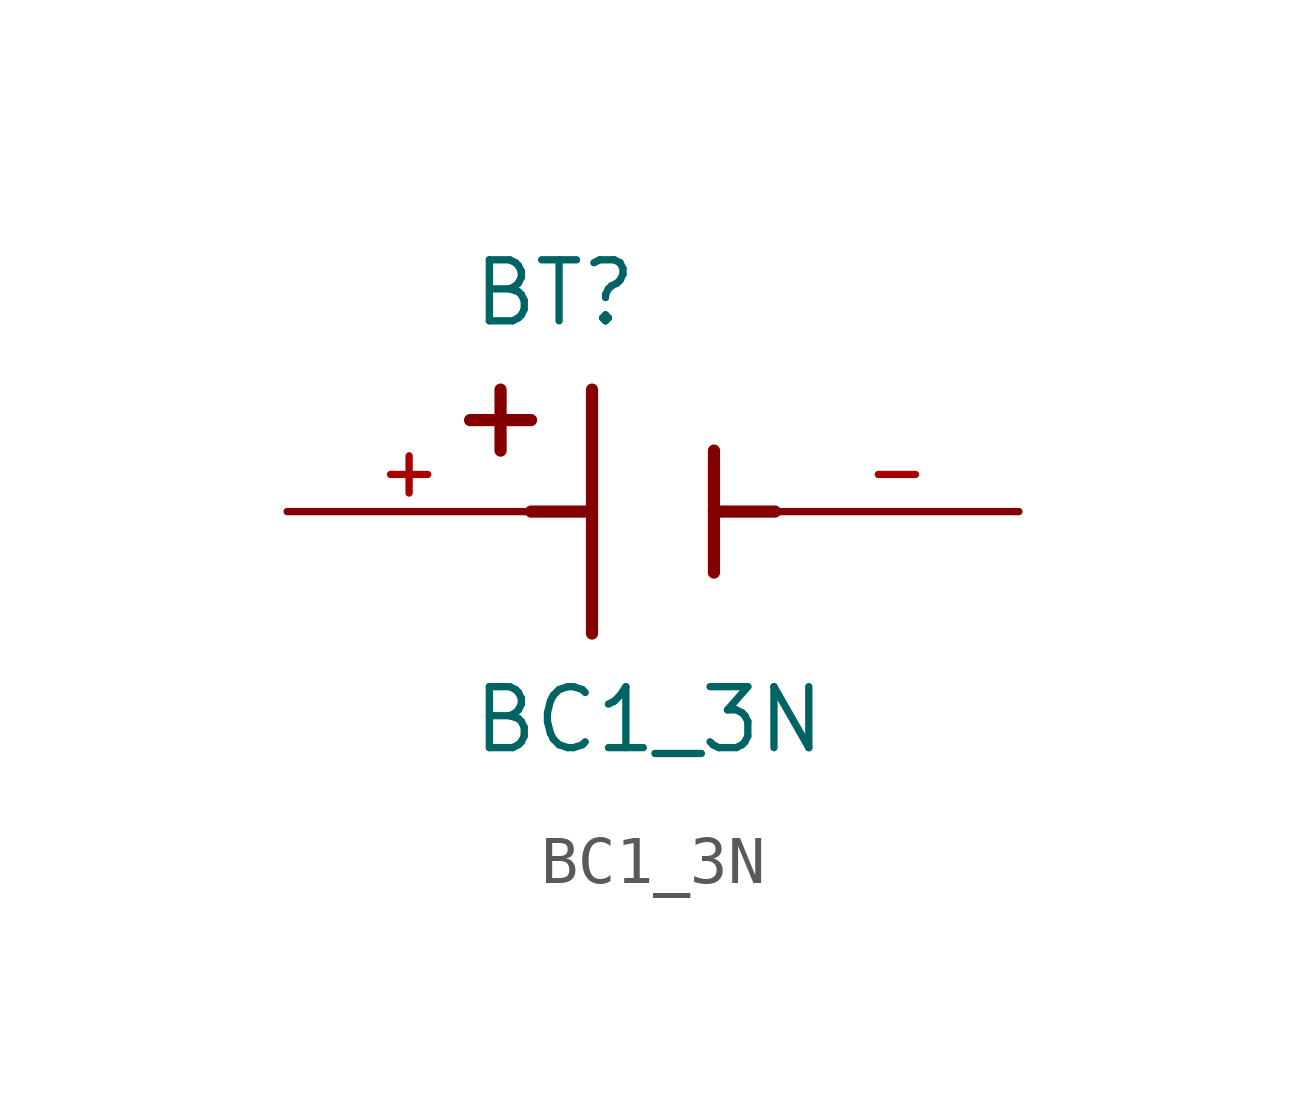
<source format=kicad_sym>
(kicad_symbol_lib
  (version 20211014)
  (generator kicad_symbol_editor)
  (symbol "BC1_3N"
    (pin_names
      (offset 1.016))
    (property "Reference" "BT"
      (at -3.81 3.81 0)
      (effects (font (size 1.27 1.27)) (justify bottom left)))
    (property "Value" "BC1_3N"
      (at -3.81 -5.08 0)
      (effects (font (size 1.27 1.27)) (justify bottom left)))
    (symbol "BC1_3N_0_0"
      (polyline (pts (xy -1.27 2.54) (xy -1.27 0.0)) (stroke (width 0.254)))
      (polyline (pts (xy -1.27 0.0) (xy -1.27 -2.54)) (stroke (width 0.254)))
      (polyline (pts (xy 1.27 1.27) (xy 1.27 0.0)) (stroke (width 0.254)))
      (polyline (pts (xy 1.27 0.0) (xy 1.27 -1.27)) (stroke (width 0.254)))
      (polyline (pts (xy -1.27 0.0) (xy -2.54 0.0)) (stroke (width 0.254)))
      (polyline (pts (xy 1.27 0.0) (xy 2.54 0.0)) (stroke (width 0.254)))
      (polyline (pts (xy -3.175 2.54) (xy -3.175 1.27)) (stroke (width 0.254)))
      (polyline (pts (xy -3.81 1.905) (xy -2.54 1.905)) (stroke (width 0.254)))
      (pin passive line (at -7.62 0.0 0) (length 5.08) (name "~" (effects (font (size 1.016 1.016)))) (number "+" (effects (font (size 1.016 1.016)))))
      (pin passive line (at 7.62 0.0 180.0) (length 5.08) (name "~" (effects (font (size 1.016 1.016)))) (number "-" (effects (font (size 1.016 1.016))))))))
</source>
